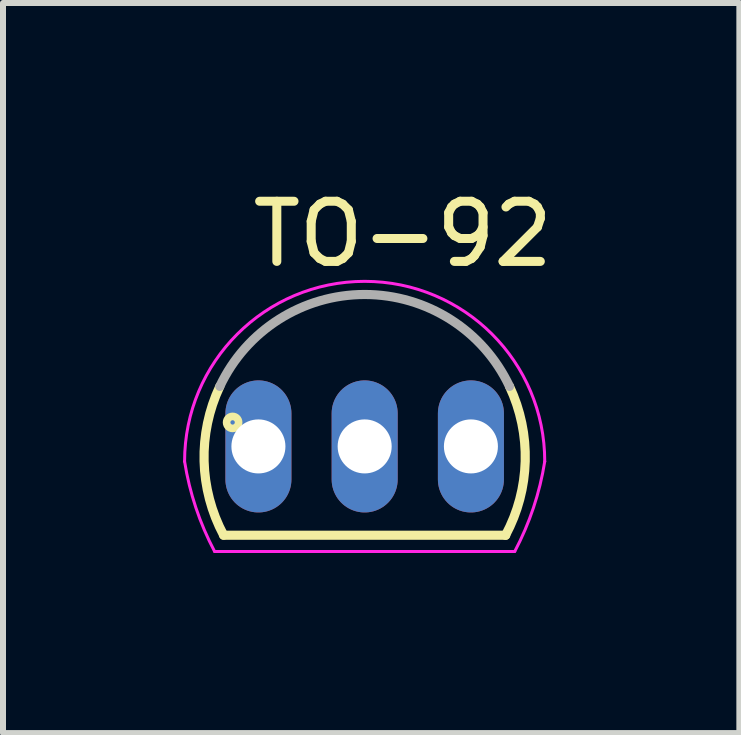
<source format=kicad_pcb>
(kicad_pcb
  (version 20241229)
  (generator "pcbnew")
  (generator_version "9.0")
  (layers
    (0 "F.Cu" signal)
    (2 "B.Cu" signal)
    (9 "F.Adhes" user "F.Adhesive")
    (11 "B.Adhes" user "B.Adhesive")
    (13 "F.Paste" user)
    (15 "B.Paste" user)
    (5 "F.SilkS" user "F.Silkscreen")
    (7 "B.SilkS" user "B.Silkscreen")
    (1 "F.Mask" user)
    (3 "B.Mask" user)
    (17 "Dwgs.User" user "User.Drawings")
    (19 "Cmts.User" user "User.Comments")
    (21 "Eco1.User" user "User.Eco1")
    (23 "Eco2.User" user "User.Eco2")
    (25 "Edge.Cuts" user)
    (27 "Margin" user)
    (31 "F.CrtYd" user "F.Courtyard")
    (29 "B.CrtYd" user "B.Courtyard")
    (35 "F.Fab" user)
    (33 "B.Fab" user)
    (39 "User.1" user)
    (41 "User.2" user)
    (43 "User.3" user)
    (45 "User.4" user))
  (footprint "TO-92"
    (layer "F.Cu")
    (at 3.025 3.387)
    (property "Reference" "TO-92" (at 0.636 -2.538 0) (layer "F.SilkS") (effects (font (size 1.002 1.002) (thickness 0.15))))
    (attr through_hole)
    (fp_line (start -2.35 2.48) (end 2.35 2.48) (stroke (width 0.152) (type solid)) (layer "F.SilkS"))
    (fp_arc (start -2.34967 2.47792) (mid -2.675039 1.246466) (end -2.413 0) (stroke (width 0.1524) (type solid)) (layer "F.SilkS"))
    (fp_arc (start 2.413 0) (mid 2.674624 1.248315) (end 2.34653 2.48083) (stroke (width 0.1524) (type solid)) (layer "F.SilkS"))
    (fp_circle (center -2.2 0.6) (end -2.1 0.6) (stroke (width 0.127) (type solid)) (fill no) (layer "F.SilkS"))
    (fp_line (start -2.5 2.75) (end 2.5 2.75) (stroke (width 0.05) (type solid)) (layer "F.CrtYd"))
    (fp_arc (start -3 1.25) (mid 0 -1.75) (end 3 1.25) (stroke (width 0.05) (type solid)) (layer "F.CrtYd"))
    (fp_arc (start -2.5 2.75) (mid -2.812072 2.020691) (end -3 1.25) (stroke (width 0.05) (type solid)) (layer "F.CrtYd"))
    (fp_arc (start 3 1.25) (mid 2.812072 2.020691) (end 2.5 2.75) (stroke (width 0.05) (type solid)) (layer "F.CrtYd"))
    (fp_arc (start -2.413 0) (mid 0 -1.531085) (end 2.413 0) (stroke (width 0.1524) (type solid)) (layer "F.Fab"))
    (pad "1" thru_hole oval (at -1.77 1) (size 1.1 2.2) (drill 0.9) (layers "*.Cu" "*.Mask"))
    (pad "2" thru_hole oval (at 0 1) (size 1.1 2.2) (drill 0.9) (layers "*.Cu" "*.Mask"))
    (pad "3" thru_hole oval (at 1.77 1) (size 1.1 2.2) (drill 0.9) (layers "*.Cu" "*.Mask")))
  (gr_rect
    (start -3 -3)
    (end 9.267 9.162)
    (stroke (width 0.1) (type default))
    (fill no)
    (layer "Edge.Cuts")))
</source>
